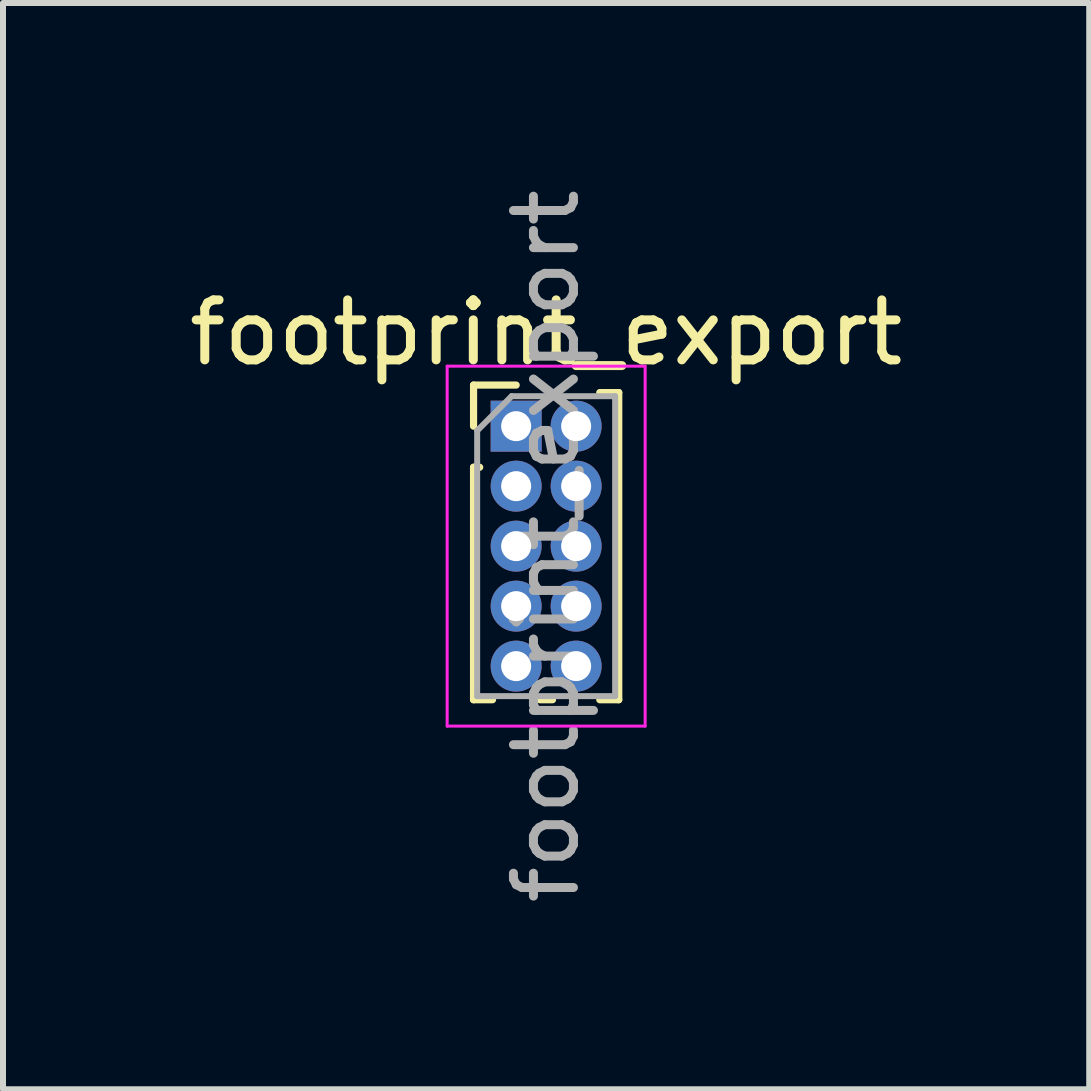
<source format=kicad_pcb>
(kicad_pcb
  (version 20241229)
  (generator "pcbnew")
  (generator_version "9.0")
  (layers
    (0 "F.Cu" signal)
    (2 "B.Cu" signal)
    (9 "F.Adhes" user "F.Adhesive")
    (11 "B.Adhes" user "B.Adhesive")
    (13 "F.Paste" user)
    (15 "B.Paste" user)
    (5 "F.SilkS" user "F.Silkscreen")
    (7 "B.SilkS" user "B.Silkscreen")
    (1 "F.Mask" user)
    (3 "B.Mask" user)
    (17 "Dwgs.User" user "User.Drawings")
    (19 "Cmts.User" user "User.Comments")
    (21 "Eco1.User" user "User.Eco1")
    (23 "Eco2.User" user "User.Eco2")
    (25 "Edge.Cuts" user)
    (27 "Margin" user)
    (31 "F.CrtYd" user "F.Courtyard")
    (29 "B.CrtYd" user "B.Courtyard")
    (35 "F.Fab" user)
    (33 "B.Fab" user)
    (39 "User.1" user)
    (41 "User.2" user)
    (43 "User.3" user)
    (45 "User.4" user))
  (footprint "footprint_export"
    (layer "F.Cu")
    (at 5.554 4.054)
    (property "Reference" "footprint_export" (at 0.5 -1.56 0) (layer "F.SilkS") (effects (font (size 1 1) (thickness 0.15))))
    (attr through_hole)
    (fp_line (start -0.71 -0.685) (end 0 -0.685) (stroke (width 0.12) (type solid)) (layer "F.SilkS"))
    (fp_line (start -0.71 0) (end -0.71 -0.685) (stroke (width 0.12) (type solid)) (layer "F.SilkS"))
    (fp_line (start -0.71 0.685) (end -0.71 4.56) (stroke (width 0.12) (type solid)) (layer "F.SilkS"))
    (fp_line (start -0.71 0.685) (end -0.608 0.685) (stroke (width 0.12) (type solid)) (layer "F.SilkS"))
    (fp_line (start -0.71 4.56) (end -0.394 4.56) (stroke (width 0.12) (type solid)) (layer "F.SilkS"))
    (fp_line (start 0.394 4.56) (end 0.606 4.56) (stroke (width 0.12) (type solid)) (layer "F.SilkS"))
    (fp_line (start 1.394 -0.56) (end 1.71 -0.56) (stroke (width 0.12) (type solid)) (layer "F.SilkS"))
    (fp_line (start 1.394 4.56) (end 1.71 4.56) (stroke (width 0.12) (type solid)) (layer "F.SilkS"))
    (fp_line (start 1.71 -0.56) (end 1.71 4.56) (stroke (width 0.12) (type solid)) (layer "F.SilkS"))
    (fp_line (start -1.15 -1) (end -1.15 5) (stroke (width 0.05) (type solid)) (layer "F.CrtYd"))
    (fp_line (start -1.15 5) (end 2.15 5) (stroke (width 0.05) (type solid)) (layer "F.CrtYd"))
    (fp_line (start 2.15 -1) (end -1.15 -1) (stroke (width 0.05) (type solid)) (layer "F.CrtYd"))
    (fp_line (start 2.15 5) (end 2.15 -1) (stroke (width 0.05) (type solid)) (layer "F.CrtYd"))
    (fp_line (start -0.65 0.075) (end -0.075 -0.5) (stroke (width 0.1) (type solid)) (layer "F.Fab"))
    (fp_line (start -0.65 4.5) (end -0.65 0.075) (stroke (width 0.1) (type solid)) (layer "F.Fab"))
    (fp_line (start -0.075 -0.5) (end 1.65 -0.5) (stroke (width 0.1) (type solid)) (layer "F.Fab"))
    (fp_line (start 1.65 -0.5) (end 1.65 4.5) (stroke (width 0.1) (type solid)) (layer "F.Fab"))
    (fp_line (start 1.65 4.5) (end -0.65 4.5) (stroke (width 0.1) (type solid)) (layer "F.Fab"))
    (fp_text user "${REFERENCE}" (at 0.5 2 90) (layer "F.Fab") (effects (font (size 1 1) (thickness 0.15))))
    (pad "1" thru_hole rect (at 0 0) (size 0.85 0.85) (drill 0.5) (layers "*.Cu" "*.Mask"))
    (pad "2" thru_hole oval (at 1 0) (size 0.85 0.85) (drill 0.5) (layers "*.Cu" "*.Mask"))
    (pad "3" thru_hole oval (at 0 1) (size 0.85 0.85) (drill 0.5) (layers "*.Cu" "*.Mask"))
    (pad "4" thru_hole oval (at 1 1) (size 0.85 0.85) (drill 0.5) (layers "*.Cu" "*.Mask"))
    (pad "5" thru_hole oval (at 0 2) (size 0.85 0.85) (drill 0.5) (layers "*.Cu" "*.Mask"))
    (pad "6" thru_hole oval (at 1 2) (size 0.85 0.85) (drill 0.5) (layers "*.Cu" "*.Mask"))
    (pad "7" thru_hole oval (at 0 3) (size 0.85 0.85) (drill 0.5) (layers "*.Cu" "*.Mask"))
    (pad "8" thru_hole oval (at 1 3) (size 0.85 0.85) (drill 0.5) (layers "*.Cu" "*.Mask"))
    (pad "9" thru_hole oval (at 0 4) (size 0.85 0.85) (drill 0.5) (layers "*.Cu" "*.Mask"))
    (pad "10" thru_hole oval (at 1 4) (size 0.85 0.85) (drill 0.5) (layers "*.Cu" "*.Mask")))
  (gr_rect
    (start -3 -3)
    (end 15.107 15.107)
    (stroke (width 0.1) (type default))
    (fill no)
    (layer "Edge.Cuts")))
</source>
